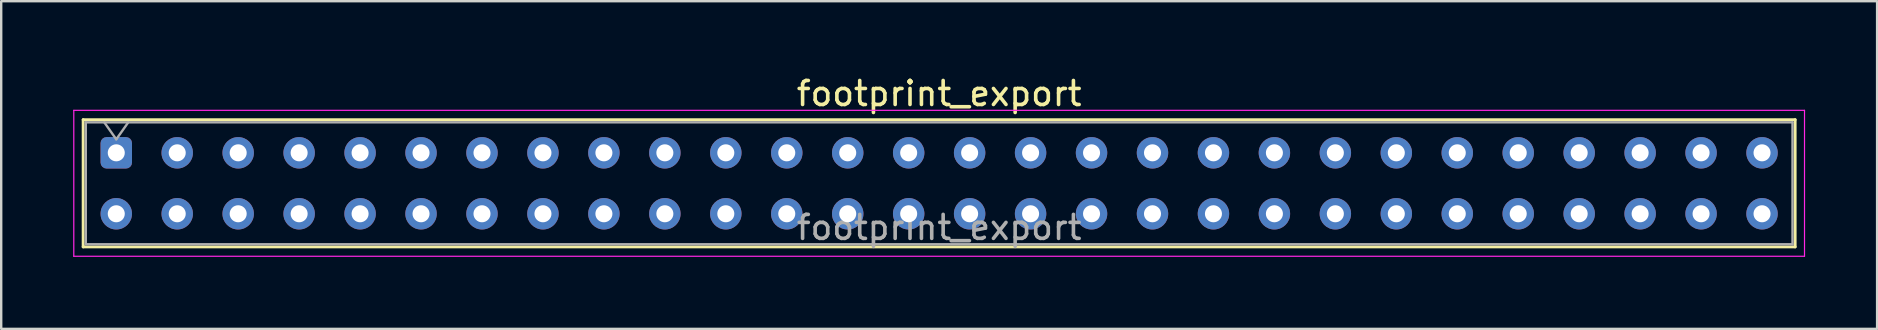
<source format=kicad_pcb>
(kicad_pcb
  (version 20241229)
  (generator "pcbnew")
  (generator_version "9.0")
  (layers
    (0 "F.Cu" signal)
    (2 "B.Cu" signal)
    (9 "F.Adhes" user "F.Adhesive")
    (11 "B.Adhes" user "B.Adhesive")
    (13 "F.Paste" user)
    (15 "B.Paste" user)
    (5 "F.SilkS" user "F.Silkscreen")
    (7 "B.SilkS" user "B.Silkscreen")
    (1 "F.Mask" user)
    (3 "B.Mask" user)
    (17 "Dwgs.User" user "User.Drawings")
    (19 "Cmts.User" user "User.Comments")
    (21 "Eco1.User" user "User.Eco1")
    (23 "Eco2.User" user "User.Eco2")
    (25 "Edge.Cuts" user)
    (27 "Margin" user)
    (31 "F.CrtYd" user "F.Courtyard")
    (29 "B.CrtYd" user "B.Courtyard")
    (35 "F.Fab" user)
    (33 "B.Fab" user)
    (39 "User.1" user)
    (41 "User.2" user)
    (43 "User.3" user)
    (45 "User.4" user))
  (footprint "footprint_export"
    (layer "F.Cu")
    (at 1.795 3.318)
    (property "Reference" "footprint_export" (at 34.29 -2.47 0) (layer "F.SilkS") (effects (font (size 1 1) (thickness 0.15))))
    (attr through_hole)
    (fp_line (start -1.38 -1.38) (end 69.96 -1.38) (stroke (width 0.12) (type solid)) (layer "F.SilkS"))
    (fp_line (start -1.38 3.92) (end -1.38 -1.38) (stroke (width 0.12) (type solid)) (layer "F.SilkS"))
    (fp_line (start 69.96 -1.38) (end 69.96 3.92) (stroke (width 0.12) (type solid)) (layer "F.SilkS"))
    (fp_line (start 69.96 3.92) (end -1.38 3.92) (stroke (width 0.12) (type solid)) (layer "F.SilkS"))
    (fp_line (start -1.77 -1.77) (end 70.35 -1.77) (stroke (width 0.05) (type solid)) (layer "F.CrtYd"))
    (fp_line (start -1.77 4.31) (end -1.77 -1.77) (stroke (width 0.05) (type solid)) (layer "F.CrtYd"))
    (fp_line (start 70.35 -1.77) (end 70.35 4.31) (stroke (width 0.05) (type solid)) (layer "F.CrtYd"))
    (fp_line (start 70.35 4.31) (end -1.77 4.31) (stroke (width 0.05) (type solid)) (layer "F.CrtYd"))
    (fp_line (start -1.27 -1.27) (end 69.85 -1.27) (stroke (width 0.1) (type solid)) (layer "F.Fab"))
    (fp_line (start -1.27 3.81) (end -1.27 -1.27) (stroke (width 0.1) (type solid)) (layer "F.Fab"))
    (fp_line (start -0.5 -1.27) (end 0 -0.563) (stroke (width 0.1) (type solid)) (layer "F.Fab"))
    (fp_line (start 0 -0.563) (end 0.5 -1.27) (stroke (width 0.1) (type solid)) (layer "F.Fab"))
    (fp_line (start 69.85 -1.27) (end 69.85 3.81) (stroke (width 0.1) (type solid)) (layer "F.Fab"))
    (fp_line (start 69.85 3.81) (end -1.27 3.81) (stroke (width 0.1) (type solid)) (layer "F.Fab"))
    (fp_text user "${REFERENCE}" (at 34.29 3.11 0) (layer "F.Fab") (effects (font (size 1 1) (thickness 0.15))))
    (pad "1" thru_hole roundrect (at 0 0) (size 1.31 1.31) (drill 0.71) (layers "*.Cu" "*.Mask") (roundrect_rratio 0.191))
    (pad "2" thru_hole circle (at 0 2.54) (size 1.31 1.31) (drill 0.71) (layers "*.Cu" "*.Mask"))
    (pad "3" thru_hole circle (at 2.54 0) (size 1.31 1.31) (drill 0.71) (layers "*.Cu" "*.Mask"))
    (pad "4" thru_hole circle (at 2.54 2.54) (size 1.31 1.31) (drill 0.71) (layers "*.Cu" "*.Mask"))
    (pad "5" thru_hole circle (at 5.08 0) (size 1.31 1.31) (drill 0.71) (layers "*.Cu" "*.Mask"))
    (pad "6" thru_hole circle (at 5.08 2.54) (size 1.31 1.31) (drill 0.71) (layers "*.Cu" "*.Mask"))
    (pad "7" thru_hole circle (at 7.62 0) (size 1.31 1.31) (drill 0.71) (layers "*.Cu" "*.Mask"))
    (pad "8" thru_hole circle (at 7.62 2.54) (size 1.31 1.31) (drill 0.71) (layers "*.Cu" "*.Mask"))
    (pad "9" thru_hole circle (at 10.16 0) (size 1.31 1.31) (drill 0.71) (layers "*.Cu" "*.Mask"))
    (pad "10" thru_hole circle (at 10.16 2.54) (size 1.31 1.31) (drill 0.71) (layers "*.Cu" "*.Mask"))
    (pad "11" thru_hole circle (at 12.7 0) (size 1.31 1.31) (drill 0.71) (layers "*.Cu" "*.Mask"))
    (pad "12" thru_hole circle (at 12.7 2.54) (size 1.31 1.31) (drill 0.71) (layers "*.Cu" "*.Mask"))
    (pad "13" thru_hole circle (at 15.24 0) (size 1.31 1.31) (drill 0.71) (layers "*.Cu" "*.Mask"))
    (pad "14" thru_hole circle (at 15.24 2.54) (size 1.31 1.31) (drill 0.71) (layers "*.Cu" "*.Mask"))
    (pad "15" thru_hole circle (at 17.78 0) (size 1.31 1.31) (drill 0.71) (layers "*.Cu" "*.Mask"))
    (pad "16" thru_hole circle (at 17.78 2.54) (size 1.31 1.31) (drill 0.71) (layers "*.Cu" "*.Mask"))
    (pad "17" thru_hole circle (at 20.32 0) (size 1.31 1.31) (drill 0.71) (layers "*.Cu" "*.Mask"))
    (pad "18" thru_hole circle (at 20.32 2.54) (size 1.31 1.31) (drill 0.71) (layers "*.Cu" "*.Mask"))
    (pad "19" thru_hole circle (at 22.86 0) (size 1.31 1.31) (drill 0.71) (layers "*.Cu" "*.Mask"))
    (pad "20" thru_hole circle (at 22.86 2.54) (size 1.31 1.31) (drill 0.71) (layers "*.Cu" "*.Mask"))
    (pad "21" thru_hole circle (at 25.4 0) (size 1.31 1.31) (drill 0.71) (layers "*.Cu" "*.Mask"))
    (pad "22" thru_hole circle (at 25.4 2.54) (size 1.31 1.31) (drill 0.71) (layers "*.Cu" "*.Mask"))
    (pad "23" thru_hole circle (at 27.94 0) (size 1.31 1.31) (drill 0.71) (layers "*.Cu" "*.Mask"))
    (pad "24" thru_hole circle (at 27.94 2.54) (size 1.31 1.31) (drill 0.71) (layers "*.Cu" "*.Mask"))
    (pad "25" thru_hole circle (at 30.48 0) (size 1.31 1.31) (drill 0.71) (layers "*.Cu" "*.Mask"))
    (pad "26" thru_hole circle (at 30.48 2.54) (size 1.31 1.31) (drill 0.71) (layers "*.Cu" "*.Mask"))
    (pad "27" thru_hole circle (at 33.02 0) (size 1.31 1.31) (drill 0.71) (layers "*.Cu" "*.Mask"))
    (pad "28" thru_hole circle (at 33.02 2.54) (size 1.31 1.31) (drill 0.71) (layers "*.Cu" "*.Mask"))
    (pad "29" thru_hole circle (at 35.56 0) (size 1.31 1.31) (drill 0.71) (layers "*.Cu" "*.Mask"))
    (pad "30" thru_hole circle (at 35.56 2.54) (size 1.31 1.31) (drill 0.71) (layers "*.Cu" "*.Mask"))
    (pad "31" thru_hole circle (at 38.1 0) (size 1.31 1.31) (drill 0.71) (layers "*.Cu" "*.Mask"))
    (pad "32" thru_hole circle (at 38.1 2.54) (size 1.31 1.31) (drill 0.71) (layers "*.Cu" "*.Mask"))
    (pad "33" thru_hole circle (at 40.64 0) (size 1.31 1.31) (drill 0.71) (layers "*.Cu" "*.Mask"))
    (pad "34" thru_hole circle (at 40.64 2.54) (size 1.31 1.31) (drill 0.71) (layers "*.Cu" "*.Mask"))
    (pad "35" thru_hole circle (at 43.18 0) (size 1.31 1.31) (drill 0.71) (layers "*.Cu" "*.Mask"))
    (pad "36" thru_hole circle (at 43.18 2.54) (size 1.31 1.31) (drill 0.71) (layers "*.Cu" "*.Mask"))
    (pad "37" thru_hole circle (at 45.72 0) (size 1.31 1.31) (drill 0.71) (layers "*.Cu" "*.Mask"))
    (pad "38" thru_hole circle (at 45.72 2.54) (size 1.31 1.31) (drill 0.71) (layers "*.Cu" "*.Mask"))
    (pad "39" thru_hole circle (at 48.26 0) (size 1.31 1.31) (drill 0.71) (layers "*.Cu" "*.Mask"))
    (pad "40" thru_hole circle (at 48.26 2.54) (size 1.31 1.31) (drill 0.71) (layers "*.Cu" "*.Mask"))
    (pad "41" thru_hole circle (at 50.8 0) (size 1.31 1.31) (drill 0.71) (layers "*.Cu" "*.Mask"))
    (pad "42" thru_hole circle (at 50.8 2.54) (size 1.31 1.31) (drill 0.71) (layers "*.Cu" "*.Mask"))
    (pad "43" thru_hole circle (at 53.34 0) (size 1.31 1.31) (drill 0.71) (layers "*.Cu" "*.Mask"))
    (pad "44" thru_hole circle (at 53.34 2.54) (size 1.31 1.31) (drill 0.71) (layers "*.Cu" "*.Mask"))
    (pad "45" thru_hole circle (at 55.88 0) (size 1.31 1.31) (drill 0.71) (layers "*.Cu" "*.Mask"))
    (pad "46" thru_hole circle (at 55.88 2.54) (size 1.31 1.31) (drill 0.71) (layers "*.Cu" "*.Mask"))
    (pad "47" thru_hole circle (at 58.42 0) (size 1.31 1.31) (drill 0.71) (layers "*.Cu" "*.Mask"))
    (pad "48" thru_hole circle (at 58.42 2.54) (size 1.31 1.31) (drill 0.71) (layers "*.Cu" "*.Mask"))
    (pad "49" thru_hole circle (at 60.96 0) (size 1.31 1.31) (drill 0.71) (layers "*.Cu" "*.Mask"))
    (pad "50" thru_hole circle (at 60.96 2.54) (size 1.31 1.31) (drill 0.71) (layers "*.Cu" "*.Mask"))
    (pad "51" thru_hole circle (at 63.5 0) (size 1.31 1.31) (drill 0.71) (layers "*.Cu" "*.Mask"))
    (pad "52" thru_hole circle (at 63.5 2.54) (size 1.31 1.31) (drill 0.71) (layers "*.Cu" "*.Mask"))
    (pad "53" thru_hole circle (at 66.04 0) (size 1.31 1.31) (drill 0.71) (layers "*.Cu" "*.Mask"))
    (pad "54" thru_hole circle (at 66.04 2.54) (size 1.31 1.31) (drill 0.71) (layers "*.Cu" "*.Mask"))
    (pad "55" thru_hole circle (at 68.58 0) (size 1.31 1.31) (drill 0.71) (layers "*.Cu" "*.Mask"))
    (pad "56" thru_hole circle (at 68.58 2.54) (size 1.31 1.31) (drill 0.71) (layers "*.Cu" "*.Mask")))
  (gr_rect
    (start -3 -3)
    (end 75.17 10.653)
    (stroke (width 0.1) (type default))
    (fill no)
    (layer "Edge.Cuts")))
</source>
